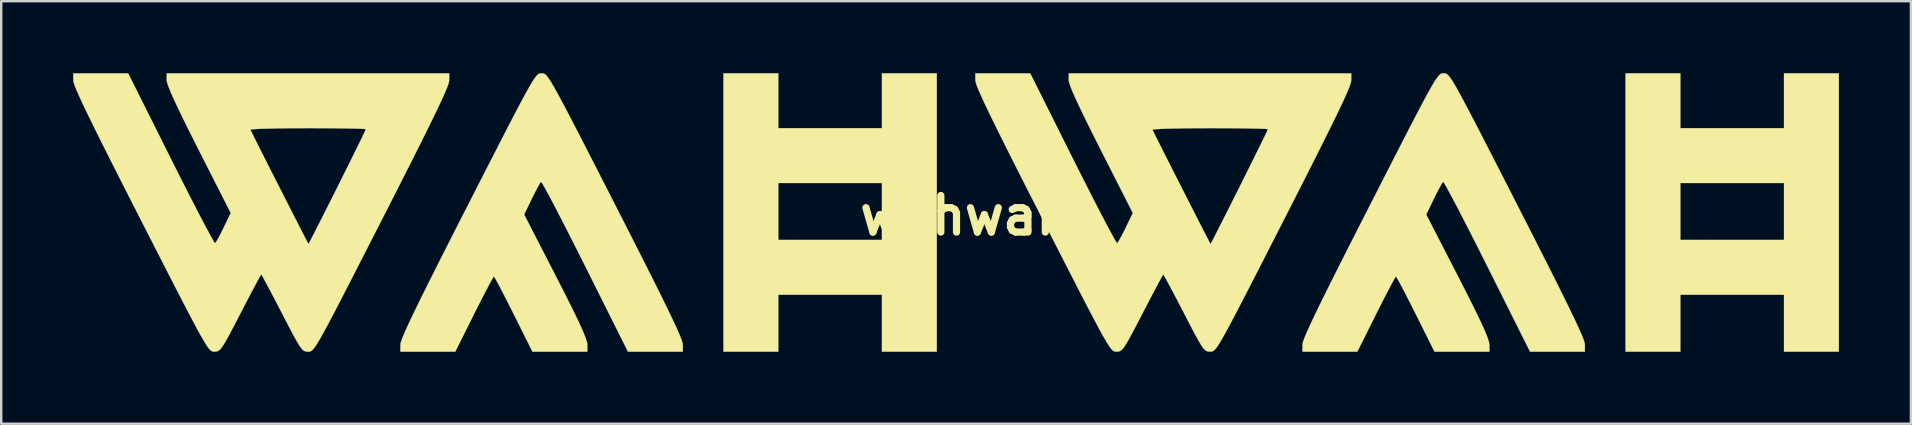
<source format=kicad_pcb>
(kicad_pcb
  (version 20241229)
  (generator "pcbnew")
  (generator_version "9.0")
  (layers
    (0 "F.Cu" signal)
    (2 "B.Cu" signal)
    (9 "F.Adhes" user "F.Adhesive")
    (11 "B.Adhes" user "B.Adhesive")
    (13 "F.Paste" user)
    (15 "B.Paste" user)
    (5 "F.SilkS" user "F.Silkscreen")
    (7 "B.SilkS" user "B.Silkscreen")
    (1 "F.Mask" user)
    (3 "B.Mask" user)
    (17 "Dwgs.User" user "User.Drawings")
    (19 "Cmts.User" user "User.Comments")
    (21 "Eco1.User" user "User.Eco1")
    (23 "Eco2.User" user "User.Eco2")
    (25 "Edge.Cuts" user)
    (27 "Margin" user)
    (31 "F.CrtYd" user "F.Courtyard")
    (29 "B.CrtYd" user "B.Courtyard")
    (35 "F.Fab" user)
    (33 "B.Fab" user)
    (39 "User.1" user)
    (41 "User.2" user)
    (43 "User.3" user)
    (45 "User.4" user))
  (footprint "wahwah"
    (layer "F.Cu")
    (at 37.174 5.932)
    (property "Reference" "wahwah" (at 0 0 0) (layer "F.SilkS") (effects (font (size 1.524 1.524) (thickness 0.3))))
    (attr through_hole)
    (fp_poly (pts (xy -7.789 -3.641) (xy -3.471 -3.641) (xy -3.471 -5.927) (xy -1.185 -5.927) (xy -1.185 5.673) (xy -3.471 5.673) (xy -3.471 3.302) (xy -7.789 3.302) (xy -7.789 5.673) (xy -10.075 5.673) (xy -10.075 -1.355) (xy -7.789 -1.355) (xy -7.789 1.016) (xy -3.471 1.016) (xy -3.471 -1.355) (xy -7.789 -1.355) (xy -10.075 -1.355) (xy -10.075 -5.927) (xy -7.789 -5.927) (xy -7.789 -3.641)) (stroke (width 0.01) (type solid)) (fill yes) (layer "F.SilkS"))
    (fp_poly (pts (xy 29.803 -3.641) (xy 34.121 -3.641) (xy 34.121 -5.927) (xy 36.407 -5.927) (xy 36.407 5.673) (xy 34.121 5.673) (xy 34.121 3.302) (xy 29.803 3.302) (xy 29.803 5.673) (xy 27.517 5.673) (xy 27.517 -1.355) (xy 29.803 -1.355) (xy 29.803 1.016) (xy 34.121 1.016) (xy 34.121 -1.355) (xy 29.803 -1.355) (xy 27.517 -1.355) (xy 27.517 -5.927) (xy 29.803 -5.927) (xy 29.803 -3.641)) (stroke (width 0.01) (type solid)) (fill yes) (layer "F.SilkS"))
    (fp_poly (pts (xy -17.603 -5.925) (xy -17.554 -5.913) (xy -17.5 -5.88) (xy -17.437 -5.817) (xy -17.358 -5.713) (xy -17.257 -5.557) (xy -17.13 -5.34) (xy -16.97 -5.052) (xy -16.771 -4.682) (xy -16.528 -4.221) (xy -16.235 -3.657) (xy -15.887 -2.981) (xy -15.478 -2.182) (xy -15.001 -1.251) (xy -14.58 -0.426) (xy -14.01 0.691) (xy -13.515 1.666) (xy -13.09 2.508) (xy -12.733 3.224) (xy -12.438 3.823) (xy -12.203 4.312) (xy -12.022 4.7) (xy -11.893 4.994) (xy -11.811 5.203) (xy -11.773 5.335) (xy -11.769 5.373) (xy -11.769 5.673) (xy -14.054 5.673) (xy -15.835 2.113) (xy -16.195 1.396) (xy -16.533 0.729) (xy -16.842 0.126) (xy -17.114 -0.398) (xy -17.341 -0.827) (xy -17.516 -1.149) (xy -17.63 -1.347) (xy -17.677 -1.409) (xy -17.739 -1.32) (xy -17.853 -1.115) (xy -17.998 -0.832) (xy -18.06 -0.706) (xy -18.381 -0.042) (xy -17.065 2.517) (xy -16.673 3.284) (xy -16.358 3.914) (xy -16.114 4.418) (xy -15.937 4.807) (xy -15.821 5.093) (xy -15.76 5.287) (xy -15.748 5.375) (xy -15.748 5.673) (xy -18.035 5.673) (xy -18.816 4.106) (xy -19.053 3.637) (xy -19.265 3.224) (xy -19.44 2.89) (xy -19.568 2.656) (xy -19.636 2.546) (xy -19.643 2.54) (xy -19.692 2.612) (xy -19.804 2.814) (xy -19.968 3.123) (xy -20.171 3.516) (xy -20.402 3.972) (xy -20.469 4.106) (xy -21.251 5.673) (xy -23.537 5.673) (xy -23.537 5.374) (xy -23.518 5.275) (xy -23.456 5.101) (xy -23.348 4.845) (xy -23.191 4.499) (xy -22.979 4.054) (xy -22.711 3.503) (xy -22.38 2.837) (xy -21.985 2.049) (xy -21.52 1.131) (xy -20.982 0.073) (xy -20.727 -0.425) (xy -20.195 -1.467) (xy -19.734 -2.368) (xy -19.339 -3.139) (xy -19.004 -3.79) (xy -18.722 -4.33) (xy -18.49 -4.771) (xy -18.3 -5.122) (xy -18.148 -5.394) (xy -18.027 -5.596) (xy -17.931 -5.739) (xy -17.856 -5.834) (xy -17.795 -5.89) (xy -17.743 -5.917) (xy -17.694 -5.926) (xy -17.654 -5.927) (xy -17.603 -5.925)) (stroke (width 0.01) (type solid)) (fill yes) (layer "F.SilkS"))
    (fp_poly (pts (xy 19.989 -5.925) (xy 20.038 -5.913) (xy 20.092 -5.88) (xy 20.155 -5.817) (xy 20.234 -5.713) (xy 20.335 -5.557) (xy 20.462 -5.34) (xy 20.622 -5.052) (xy 20.821 -4.682) (xy 21.064 -4.221) (xy 21.357 -3.657) (xy 21.705 -2.981) (xy 22.114 -2.182) (xy 22.591 -1.251) (xy 23.012 -0.426) (xy 23.582 0.691) (xy 24.077 1.666) (xy 24.502 2.508) (xy 24.859 3.224) (xy 25.154 3.823) (xy 25.389 4.312) (xy 25.57 4.7) (xy 25.699 4.994) (xy 25.781 5.203) (xy 25.819 5.335) (xy 25.823 5.373) (xy 25.823 5.673) (xy 23.538 5.673) (xy 21.757 2.113) (xy 21.397 1.396) (xy 21.059 0.729) (xy 20.75 0.126) (xy 20.478 -0.398) (xy 20.251 -0.827) (xy 20.076 -1.149) (xy 19.962 -1.347) (xy 19.915 -1.409) (xy 19.853 -1.32) (xy 19.739 -1.115) (xy 19.594 -0.832) (xy 19.532 -0.706) (xy 19.211 -0.042) (xy 20.527 2.517) (xy 20.919 3.284) (xy 21.234 3.914) (xy 21.478 4.418) (xy 21.655 4.807) (xy 21.771 5.093) (xy 21.832 5.287) (xy 21.844 5.375) (xy 21.844 5.673) (xy 19.557 5.673) (xy 18.776 4.106) (xy 18.539 3.637) (xy 18.327 3.224) (xy 18.152 2.89) (xy 18.024 2.656) (xy 17.956 2.546) (xy 17.949 2.54) (xy 17.9 2.612) (xy 17.788 2.814) (xy 17.624 3.123) (xy 17.421 3.516) (xy 17.19 3.972) (xy 17.123 4.106) (xy 16.341 5.673) (xy 14.055 5.673) (xy 14.055 5.374) (xy 14.074 5.275) (xy 14.136 5.101) (xy 14.244 4.845) (xy 14.401 4.499) (xy 14.613 4.054) (xy 14.881 3.503) (xy 15.212 2.837) (xy 15.607 2.049) (xy 16.072 1.131) (xy 16.61 0.073) (xy 16.865 -0.425) (xy 17.397 -1.467) (xy 17.858 -2.368) (xy 18.253 -3.139) (xy 18.588 -3.79) (xy 18.87 -4.33) (xy 19.102 -4.771) (xy 19.292 -5.122) (xy 19.444 -5.394) (xy 19.565 -5.596) (xy 19.661 -5.739) (xy 19.736 -5.834) (xy 19.797 -5.89) (xy 19.849 -5.917) (xy 19.898 -5.926) (xy 19.938 -5.927) (xy 19.989 -5.925)) (stroke (width 0.01) (type solid)) (fill yes) (layer "F.SilkS"))
    (fp_poly (pts (xy -33.103 -2.367) (xy -32.742 -1.65) (xy -32.404 -0.983) (xy -32.095 -0.38) (xy -31.823 0.143) (xy -31.596 0.573) (xy -31.421 0.895) (xy -31.306 1.093) (xy -31.26 1.154) (xy -31.196 1.064) (xy -31.082 0.861) (xy -30.94 0.583) (xy -30.902 0.505) (xy -30.607 -0.106) (xy -31.946 -2.741) (xy -32.35 -3.544) (xy -32.366 -3.577) (xy -29.789 -3.577) (xy -29.729 -3.453) (xy -29.608 -3.209) (xy -29.436 -2.866) (xy -29.224 -2.446) (xy -28.984 -1.97) (xy -28.726 -1.462) (xy -28.462 -0.943) (xy -28.203 -0.435) (xy -27.961 0.041) (xy -27.746 0.461) (xy -27.569 0.805) (xy -27.442 1.05) (xy -27.376 1.174) (xy -27.369 1.185) (xy -27.327 1.112) (xy -27.219 0.906) (xy -27.055 0.585) (xy -26.842 0.166) (xy -26.591 -0.331) (xy -26.31 -0.89) (xy -26.162 -1.185) (xy -25.871 -1.769) (xy -25.605 -2.303) (xy -25.375 -2.769) (xy -25.189 -3.149) (xy -25.056 -3.424) (xy -24.986 -3.575) (xy -24.977 -3.598) (xy -25.058 -3.609) (xy -25.287 -3.619) (xy -25.643 -3.627) (xy -26.105 -3.634) (xy -26.652 -3.639) (xy -27.261 -3.641) (xy -27.397 -3.641) (xy -28.015 -3.639) (xy -28.574 -3.633) (xy -29.051 -3.623) (xy -29.426 -3.611) (xy -29.678 -3.597) (xy -29.786 -3.581) (xy -29.789 -3.577) (xy -32.366 -3.577) (xy -32.677 -4.207) (xy -32.929 -4.737) (xy -33.111 -5.142) (xy -33.225 -5.431) (xy -33.276 -5.611) (xy -33.279 -5.652) (xy -33.274 -5.927) (xy -21.505 -5.927) (xy -21.505 -5.624) (xy -21.524 -5.526) (xy -21.582 -5.359) (xy -21.684 -5.113) (xy -21.834 -4.781) (xy -22.036 -4.354) (xy -22.294 -3.824) (xy -22.612 -3.182) (xy -22.994 -2.42) (xy -23.444 -1.529) (xy -23.967 -0.502) (xy -24.312 0.176) (xy -24.844 1.217) (xy -25.305 2.118) (xy -25.7 2.888) (xy -26.035 3.539) (xy -26.316 4.079) (xy -26.548 4.519) (xy -26.737 4.87) (xy -26.89 5.141) (xy -27.011 5.343) (xy -27.106 5.486) (xy -27.181 5.58) (xy -27.242 5.636) (xy -27.294 5.663) (xy -27.343 5.672) (xy -27.383 5.673) (xy -27.473 5.667) (xy -27.553 5.639) (xy -27.636 5.569) (xy -27.735 5.438) (xy -27.862 5.228) (xy -28.032 4.919) (xy -28.255 4.493) (xy -28.477 4.064) (xy -28.723 3.59) (xy -28.943 3.171) (xy -29.125 2.83) (xy -29.257 2.587) (xy -29.329 2.465) (xy -29.337 2.455) (xy -29.383 2.527) (xy -29.494 2.728) (xy -29.659 3.035) (xy -29.866 3.428) (xy -30.104 3.884) (xy -30.197 4.064) (xy -30.472 4.595) (xy -30.683 4.994) (xy -30.843 5.281) (xy -30.963 5.472) (xy -31.058 5.589) (xy -31.139 5.648) (xy -31.22 5.67) (xy -31.288 5.673) (xy -31.339 5.671) (xy -31.388 5.658) (xy -31.442 5.624) (xy -31.506 5.559) (xy -31.586 5.452) (xy -31.687 5.294) (xy -31.816 5.074) (xy -31.979 4.782) (xy -32.179 4.407) (xy -32.424 3.941) (xy -32.72 3.372) (xy -33.071 2.689) (xy -33.483 1.884) (xy -33.963 0.946) (xy -34.359 0.171) (xy -34.929 -0.948) (xy -35.425 -1.925) (xy -35.85 -2.768) (xy -36.208 -3.485) (xy -36.502 -4.085) (xy -36.738 -4.574) (xy -36.918 -4.962) (xy -37.047 -5.256) (xy -37.128 -5.464) (xy -37.165 -5.594) (xy -37.169 -5.628) (xy -37.169 -5.927) (xy -34.883 -5.927) (xy -33.103 -2.367)) (stroke (width 0.01) (type solid)) (fill yes) (layer "F.SilkS"))
    (fp_poly (pts (xy 4.489 -2.367) (xy 4.85 -1.65) (xy 5.188 -0.983) (xy 5.497 -0.38) (xy 5.769 0.143) (xy 5.996 0.573) (xy 6.171 0.895) (xy 6.286 1.093) (xy 6.332 1.154) (xy 6.396 1.064) (xy 6.51 0.861) (xy 6.652 0.583) (xy 6.69 0.505) (xy 6.985 -0.106) (xy 5.646 -2.741) (xy 5.242 -3.544) (xy 5.226 -3.577) (xy 7.803 -3.577) (xy 7.863 -3.453) (xy 7.984 -3.209) (xy 8.156 -2.866) (xy 8.368 -2.446) (xy 8.608 -1.97) (xy 8.866 -1.462) (xy 9.13 -0.943) (xy 9.389 -0.435) (xy 9.631 0.041) (xy 9.846 0.461) (xy 10.023 0.805) (xy 10.15 1.05) (xy 10.216 1.174) (xy 10.223 1.185) (xy 10.265 1.112) (xy 10.373 0.906) (xy 10.537 0.585) (xy 10.75 0.166) (xy 11.001 -0.331) (xy 11.282 -0.89) (xy 11.43 -1.185) (xy 11.721 -1.769) (xy 11.987 -2.303) (xy 12.217 -2.769) (xy 12.403 -3.149) (xy 12.536 -3.424) (xy 12.606 -3.575) (xy 12.615 -3.598) (xy 12.534 -3.609) (xy 12.305 -3.619) (xy 11.949 -3.627) (xy 11.487 -3.634) (xy 10.94 -3.639) (xy 10.331 -3.641) (xy 10.195 -3.641) (xy 9.577 -3.639) (xy 9.018 -3.633) (xy 8.541 -3.623) (xy 8.166 -3.611) (xy 7.914 -3.597) (xy 7.806 -3.581) (xy 7.803 -3.577) (xy 5.226 -3.577) (xy 4.915 -4.207) (xy 4.663 -4.737) (xy 4.481 -5.142) (xy 4.367 -5.431) (xy 4.316 -5.611) (xy 4.313 -5.652) (xy 4.318 -5.927) (xy 16.087 -5.927) (xy 16.087 -5.624) (xy 16.068 -5.526) (xy 16.01 -5.359) (xy 15.908 -5.113) (xy 15.758 -4.781) (xy 15.556 -4.354) (xy 15.298 -3.824) (xy 14.98 -3.182) (xy 14.598 -2.42) (xy 14.148 -1.529) (xy 13.625 -0.502) (xy 13.28 0.176) (xy 12.748 1.217) (xy 12.287 2.118) (xy 11.892 2.888) (xy 11.557 3.539) (xy 11.276 4.079) (xy 11.044 4.519) (xy 10.855 4.87) (xy 10.702 5.141) (xy 10.581 5.343) (xy 10.486 5.486) (xy 10.411 5.58) (xy 10.35 5.636) (xy 10.298 5.663) (xy 10.249 5.672) (xy 10.209 5.673) (xy 10.119 5.667) (xy 10.039 5.639) (xy 9.956 5.569) (xy 9.857 5.438) (xy 9.73 5.228) (xy 9.56 4.919) (xy 9.337 4.493) (xy 9.115 4.064) (xy 8.869 3.59) (xy 8.649 3.171) (xy 8.467 2.83) (xy 8.335 2.587) (xy 8.263 2.465) (xy 8.255 2.455) (xy 8.209 2.527) (xy 8.098 2.728) (xy 7.933 3.035) (xy 7.726 3.428) (xy 7.488 3.884) (xy 7.395 4.064) (xy 7.12 4.595) (xy 6.909 4.994) (xy 6.749 5.281) (xy 6.629 5.472) (xy 6.534 5.589) (xy 6.453 5.648) (xy 6.372 5.67) (xy 6.304 5.673) (xy 6.253 5.671) (xy 6.204 5.658) (xy 6.15 5.624) (xy 6.086 5.559) (xy 6.006 5.452) (xy 5.905 5.294) (xy 5.776 5.074) (xy 5.613 4.782) (xy 5.413 4.407) (xy 5.168 3.941) (xy 4.872 3.372) (xy 4.521 2.689) (xy 4.109 1.884) (xy 3.629 0.946) (xy 3.233 0.171) (xy 2.663 -0.948) (xy 2.167 -1.925) (xy 1.742 -2.768) (xy 1.384 -3.485) (xy 1.09 -4.085) (xy 0.854 -4.574) (xy 0.674 -4.962) (xy 0.545 -5.256) (xy 0.464 -5.464) (xy 0.427 -5.594) (xy 0.423 -5.628) (xy 0.423 -5.927) (xy 2.709 -5.927) (xy 4.489 -2.367)) (stroke (width 0.01) (type solid)) (fill yes) (layer "F.SilkS")))
  (gr_rect
    (start -3 -3)
    (end 76.585 14.609)
    (stroke (width 0.1) (type default))
    (fill no)
    (layer "Edge.Cuts")))
</source>
